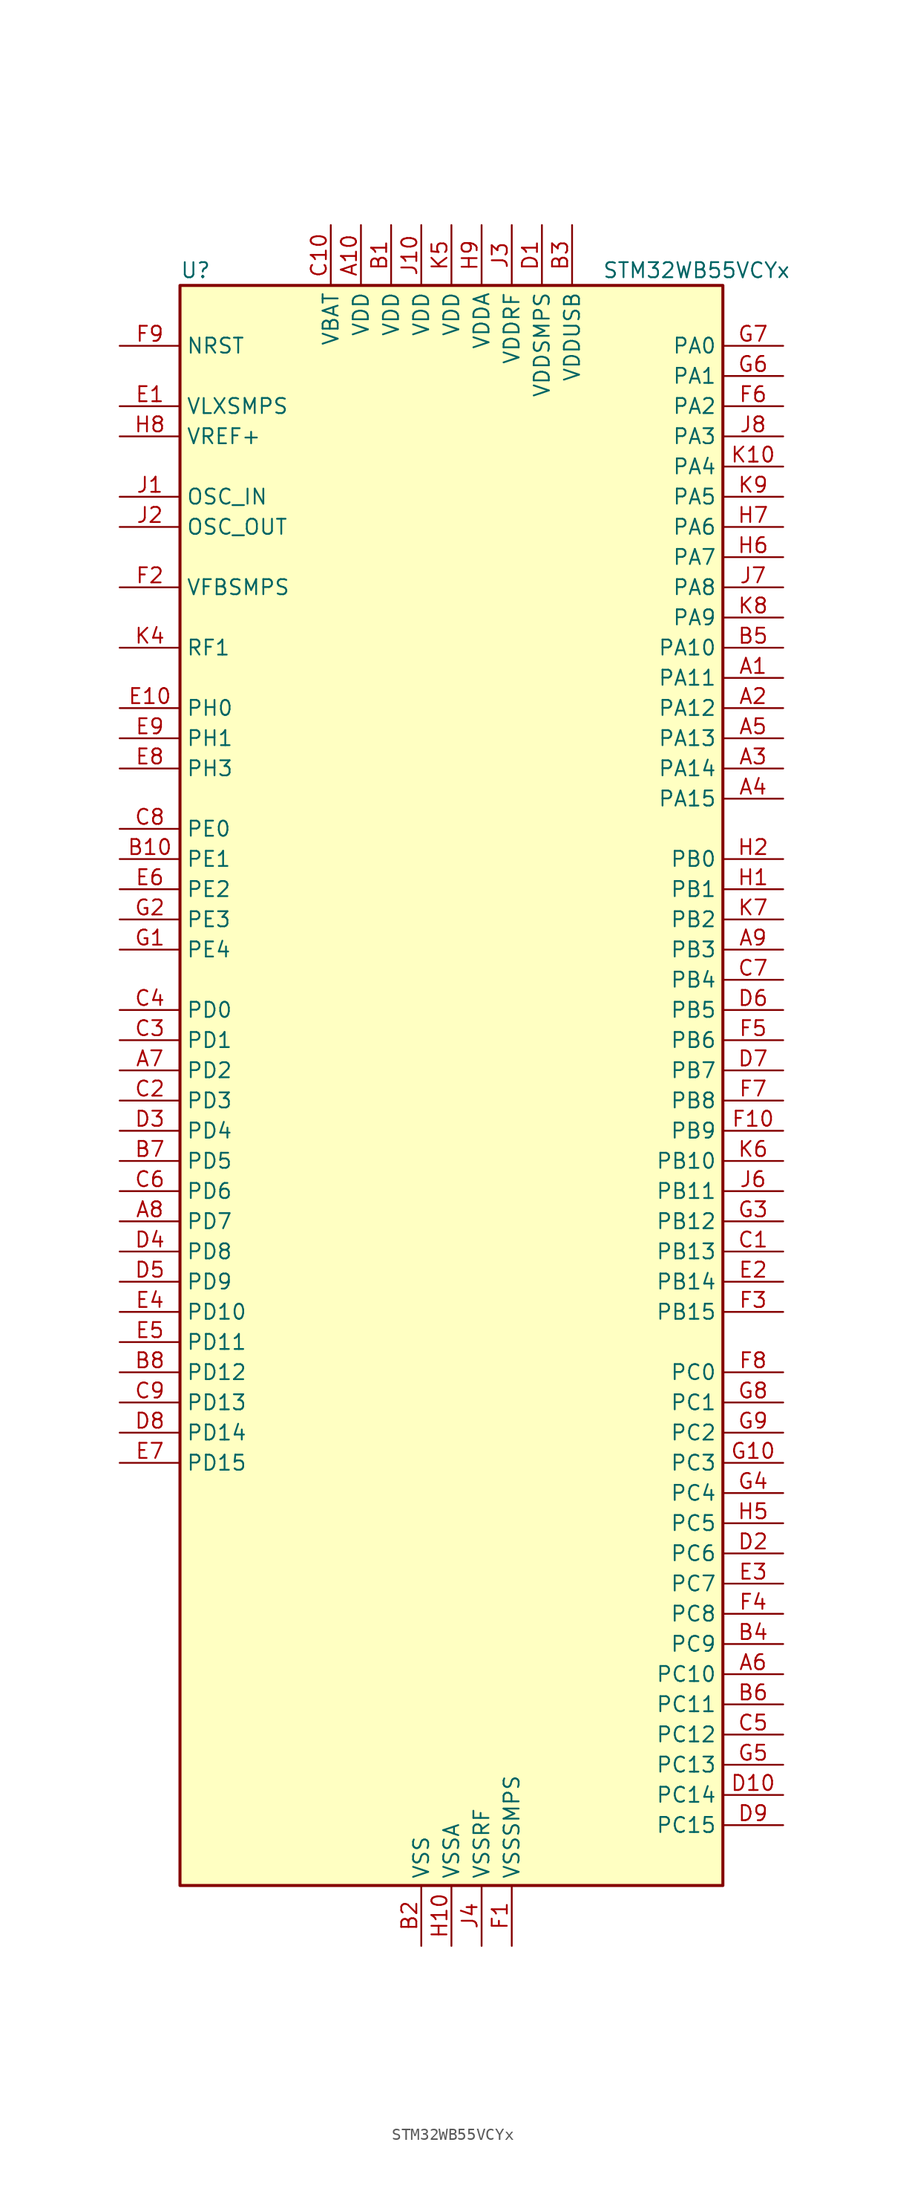
<source format=kicad_sym>
(kicad_symbol_lib
  (version 20241209)
  (generator "kicad_symbol_editor")
  (generator_version "9.0")
  (symbol "STM32WB55VCYx"
    (property "Reference" "U"
      (at -22.86 69.85 0)
      (effects (font (size 1.27 1.27)) (justify left)))
    (property "Value" "STM32WB55VCYx"
      (at 12.7 69.85 0)
      (effects (font (size 1.27 1.27)) (justify left)))
    (symbol "STM32WB55VCYx_0_1"
      (rectangle (start -22.86 -66.04) (end 22.86 68.58) (stroke (width 0.254) (type default)) (fill (type background))))
    (symbol "STM32WB55VCYx_1_1"
      (pin input line (at -27.94 63.5 0) (length 5.08) (name "NRST" (effects (font (size 1.27 1.27)))) (number "F9" (effects (font (size 1.27 1.27)))))
      (pin power_in line (at -27.94 58.42 0) (length 5.08) (name "VLXSMPS" (effects (font (size 1.27 1.27)))) (number "E1" (effects (font (size 1.27 1.27)))))
      (pin input line (at -27.94 55.88 0) (length 5.08) (name "VREF+" (effects (font (size 1.27 1.27)))) (number "H8" (effects (font (size 1.27 1.27)))) (alternate "VREFBUF_OUT" bidirectional line))
      (pin input line (at -27.94 50.8 0) (length 5.08) (name "OSC_IN" (effects (font (size 1.27 1.27)))) (number "J1" (effects (font (size 1.27 1.27)))) (alternate "RCC_OSC_IN" bidirectional line))
      (pin input line (at -27.94 48.26 0) (length 5.08) (name "OSC_OUT" (effects (font (size 1.27 1.27)))) (number "J2" (effects (font (size 1.27 1.27)))) (alternate "RCC_OSC_OUT" bidirectional line))
      (pin input line (at -27.94 43.18 0) (length 5.08) (name "VFBSMPS" (effects (font (size 1.27 1.27)))) (number "F2" (effects (font (size 1.27 1.27)))))
      (pin bidirectional line (at -27.94 38.1 0) (length 5.08) (name "RF1" (effects (font (size 1.27 1.27)))) (number "K4" (effects (font (size 1.27 1.27)))) (alternate "RF_RF1" bidirectional line))
      (pin bidirectional line (at -27.94 33.02 0) (length 5.08) (name "PH0" (effects (font (size 1.27 1.27)))) (number "E10" (effects (font (size 1.27 1.27)))))
      (pin bidirectional line (at -27.94 30.48 0) (length 5.08) (name "PH1" (effects (font (size 1.27 1.27)))) (number "E9" (effects (font (size 1.27 1.27)))))
      (pin bidirectional line (at -27.94 27.94 0) (length 5.08) (name "PH3" (effects (font (size 1.27 1.27)))) (number "E8" (effects (font (size 1.27 1.27)))) (alternate "RCC_LSCO" bidirectional line))
      (pin bidirectional line (at -27.94 22.86 0) (length 5.08) (name "PE0" (effects (font (size 1.27 1.27)))) (number "C8" (effects (font (size 1.27 1.27)))) (alternate "LCD_SEG36" bidirectional line) (alternate "TIM16_CH1" bidirectional line) (alternate "TIM1_ETR" bidirectional line) (alternate "TSC_G7_IO3" bidirectional line))
      (pin bidirectional line (at -27.94 20.32 0) (length 5.08) (name "PE1" (effects (font (size 1.27 1.27)))) (number "B10" (effects (font (size 1.27 1.27)))) (alternate "LCD_SEG37" bidirectional line) (alternate "TIM17_CH1" bidirectional line) (alternate "TSC_G7_IO2" bidirectional line))
      (pin bidirectional line (at -27.94 17.78 0) (length 5.08) (name "PE2" (effects (font (size 1.27 1.27)))) (number "E6" (effects (font (size 1.27 1.27)))) (alternate "LCD_SEG38" bidirectional line) (alternate "SAI1_CK1" bidirectional line) (alternate "SAI1_MCLK_A" bidirectional line) (alternate "SYS_TRACECLK" bidirectional line) (alternate "TSC_G7_IO1" bidirectional line))
      (pin bidirectional line (at -27.94 15.24 0) (length 5.08) (name "PE3" (effects (font (size 1.27 1.27)))) (number "G2" (effects (font (size 1.27 1.27)))))
      (pin bidirectional line (at -27.94 12.7 0) (length 5.08) (name "PE4" (effects (font (size 1.27 1.27)))) (number "G1" (effects (font (size 1.27 1.27)))))
      (pin bidirectional line (at -27.94 7.62 0) (length 5.08) (name "PD0" (effects (font (size 1.27 1.27)))) (number "C4" (effects (font (size 1.27 1.27)))) (alternate "SPI2_NSS" bidirectional line))
      (pin bidirectional line (at -27.94 5.08 0) (length 5.08) (name "PD1" (effects (font (size 1.27 1.27)))) (number "C3" (effects (font (size 1.27 1.27)))) (alternate "SPI2_SCK" bidirectional line))
      (pin bidirectional line (at -27.94 2.54 0) (length 5.08) (name "PD2" (effects (font (size 1.27 1.27)))) (number "A7" (effects (font (size 1.27 1.27)))) (alternate "LCD_COM7" bidirectional line) (alternate "LCD_SEG31" bidirectional line) (alternate "LCD_SEG43" bidirectional line) (alternate "SYS_TRACED2" bidirectional line) (alternate "TSC_SYNC" bidirectional line))
      (pin bidirectional line (at -27.94 0 0) (length 5.08) (name "PD3" (effects (font (size 1.27 1.27)))) (number "C2" (effects (font (size 1.27 1.27)))) (alternate "QUADSPI_BK1_NCS" bidirectional line) (alternate "SPI2_MISO" bidirectional line) (alternate "SPI2_SCK" bidirectional line))
      (pin bidirectional line (at -27.94 -2.54 0) (length 5.08) (name "PD4" (effects (font (size 1.27 1.27)))) (number "D3" (effects (font (size 1.27 1.27)))) (alternate "QUADSPI_BK1_IO0" bidirectional line) (alternate "SPI2_MOSI" bidirectional line) (alternate "TSC_G5_IO1" bidirectional line))
      (pin bidirectional line (at -27.94 -5.08 0) (length 5.08) (name "PD5" (effects (font (size 1.27 1.27)))) (number "B7" (effects (font (size 1.27 1.27)))) (alternate "QUADSPI_BK1_IO1" bidirectional line) (alternate "SAI1_MCLK_B" bidirectional line) (alternate "TSC_G5_IO2" bidirectional line))
      (pin bidirectional line (at -27.94 -7.62 0) (length 5.08) (name "PD6" (effects (font (size 1.27 1.27)))) (number "C6" (effects (font (size 1.27 1.27)))) (alternate "QUADSPI_BK1_IO2" bidirectional line) (alternate "SAI1_D1" bidirectional line) (alternate "SAI1_SD_A" bidirectional line) (alternate "TSC_G5_IO3" bidirectional line))
      (pin bidirectional line (at -27.94 -10.16 0) (length 5.08) (name "PD7" (effects (font (size 1.27 1.27)))) (number "A8" (effects (font (size 1.27 1.27)))) (alternate "LCD_SEG39" bidirectional line) (alternate "QUADSPI_BK1_IO3" bidirectional line) (alternate "TSC_G5_IO4" bidirectional line))
      (pin bidirectional line (at -27.94 -12.7 0) (length 5.08) (name "PD8" (effects (font (size 1.27 1.27)))) (number "D4" (effects (font (size 1.27 1.27)))) (alternate "LCD_SEG28" bidirectional line) (alternate "TIM1_BKIN2" bidirectional line))
      (pin bidirectional line (at -27.94 -15.24 0) (length 5.08) (name "PD9" (effects (font (size 1.27 1.27)))) (number "D5" (effects (font (size 1.27 1.27)))) (alternate "LCD_SEG29" bidirectional line) (alternate "SYS_TRACED0" bidirectional line))
      (pin bidirectional line (at -27.94 -17.78 0) (length 5.08) (name "PD10" (effects (font (size 1.27 1.27)))) (number "E4" (effects (font (size 1.27 1.27)))) (alternate "LCD_SEG30" bidirectional line) (alternate "SYS_TRIG_INOUT" bidirectional line) (alternate "TSC_G6_IO1" bidirectional line))
      (pin bidirectional line (at -27.94 -20.32 0) (length 5.08) (name "PD11" (effects (font (size 1.27 1.27)))) (number "E5" (effects (font (size 1.27 1.27)))) (alternate "ADC1_EXTI11" bidirectional line) (alternate "LCD_SEG31" bidirectional line) (alternate "LPTIM2_ETR" bidirectional line) (alternate "TSC_G6_IO2" bidirectional line))
      (pin bidirectional line (at -27.94 -22.86 0) (length 5.08) (name "PD12" (effects (font (size 1.27 1.27)))) (number "B8" (effects (font (size 1.27 1.27)))) (alternate "LCD_SEG32" bidirectional line) (alternate "LPTIM2_IN1" bidirectional line) (alternate "TSC_G6_IO3" bidirectional line))
      (pin bidirectional line (at -27.94 -25.4 0) (length 5.08) (name "PD13" (effects (font (size 1.27 1.27)))) (number "C9" (effects (font (size 1.27 1.27)))) (alternate "LCD_SEG33" bidirectional line) (alternate "LPTIM2_OUT" bidirectional line) (alternate "TSC_G6_IO4" bidirectional line))
      (pin bidirectional line (at -27.94 -27.94 0) (length 5.08) (name "PD14" (effects (font (size 1.27 1.27)))) (number "D8" (effects (font (size 1.27 1.27)))) (alternate "LCD_SEG34" bidirectional line) (alternate "TIM1_CH1" bidirectional line))
      (pin bidirectional line (at -27.94 -30.48 0) (length 5.08) (name "PD15" (effects (font (size 1.27 1.27)))) (number "E7" (effects (font (size 1.27 1.27)))) (alternate "ADC1_EXTI15" bidirectional line) (alternate "LCD_SEG35" bidirectional line) (alternate "TIM1_CH2" bidirectional line))
      (pin no_connect line (at -22.86 -63.5 0) (length 5.08) (hide yes) (name "AT1" (effects (font (size 1.27 1.27)))) (number "H4" (effects (font (size 1.27 1.27)))))
      (pin no_connect line (at -22.86 -66.04 0) (length 5.08) (hide yes) (name "AT0" (effects (font (size 1.27 1.27)))) (number "H3" (effects (font (size 1.27 1.27)))))
      (pin power_in line (at -10.16 73.66 270) (length 5.08) (name "VBAT" (effects (font (size 1.27 1.27)))) (number "C10" (effects (font (size 1.27 1.27)))))
      (pin power_in line (at -7.62 73.66 270) (length 5.08) (name "VDD" (effects (font (size 1.27 1.27)))) (number "A10" (effects (font (size 1.27 1.27)))))
      (pin power_in line (at -5.08 73.66 270) (length 5.08) (name "VDD" (effects (font (size 1.27 1.27)))) (number "B1" (effects (font (size 1.27 1.27)))))
      (pin power_in line (at -2.54 73.66 270) (length 5.08) (name "VDD" (effects (font (size 1.27 1.27)))) (number "J10" (effects (font (size 1.27 1.27)))))
      (pin power_in line (at -2.54 -71.12 90) (length 5.08) (name "VSS" (effects (font (size 1.27 1.27)))) (number "B2" (effects (font (size 1.27 1.27)))))
      (pin passive line (at -2.54 -71.12 90) (length 5.08) (hide yes) (name "VSS" (effects (font (size 1.27 1.27)))) (number "B9" (effects (font (size 1.27 1.27)))))
      (pin passive line (at -2.54 -71.12 90) (length 5.08) (hide yes) (name "VSS" (effects (font (size 1.27 1.27)))) (number "J5" (effects (font (size 1.27 1.27)))))
      (pin passive line (at -2.54 -71.12 90) (length 5.08) (hide yes) (name "VSS" (effects (font (size 1.27 1.27)))) (number "J9" (effects (font (size 1.27 1.27)))))
      (pin power_in line (at 0 73.66 270) (length 5.08) (name "VDD" (effects (font (size 1.27 1.27)))) (number "K5" (effects (font (size 1.27 1.27)))))
      (pin power_in line (at 0 -71.12 90) (length 5.08) (name "VSSA" (effects (font (size 1.27 1.27)))) (number "H10" (effects (font (size 1.27 1.27)))))
      (pin power_in line (at 2.54 73.66 270) (length 5.08) (name "VDDA" (effects (font (size 1.27 1.27)))) (number "H9" (effects (font (size 1.27 1.27)))))
      (pin power_in line (at 2.54 -71.12 90) (length 5.08) (name "VSSRF" (effects (font (size 1.27 1.27)))) (number "J4" (effects (font (size 1.27 1.27)))))
      (pin passive line (at 2.54 -71.12 90) (length 5.08) (hide yes) (name "VSSRF" (effects (font (size 1.27 1.27)))) (number "K1" (effects (font (size 1.27 1.27)))))
      (pin passive line (at 2.54 -71.12 90) (length 5.08) (hide yes) (name "VSSRF" (effects (font (size 1.27 1.27)))) (number "K2" (effects (font (size 1.27 1.27)))))
      (pin passive line (at 2.54 -71.12 90) (length 5.08) (hide yes) (name "VSSRF" (effects (font (size 1.27 1.27)))) (number "K3" (effects (font (size 1.27 1.27)))))
      (pin power_in line (at 5.08 73.66 270) (length 5.08) (name "VDDRF" (effects (font (size 1.27 1.27)))) (number "J3" (effects (font (size 1.27 1.27)))))
      (pin power_in line (at 5.08 -71.12 90) (length 5.08) (name "VSSSMPS" (effects (font (size 1.27 1.27)))) (number "F1" (effects (font (size 1.27 1.27)))))
      (pin power_in line (at 7.62 73.66 270) (length 5.08) (name "VDDSMPS" (effects (font (size 1.27 1.27)))) (number "D1" (effects (font (size 1.27 1.27)))))
      (pin power_in line (at 10.16 73.66 270) (length 5.08) (name "VDDUSB" (effects (font (size 1.27 1.27)))) (number "B3" (effects (font (size 1.27 1.27)))))
      (pin bidirectional line (at 27.94 63.5 180) (length 5.08) (name "PA0" (effects (font (size 1.27 1.27)))) (number "G7" (effects (font (size 1.27 1.27)))) (alternate "ADC1_IN5" bidirectional line) (alternate "COMP1_INM" bidirectional line) (alternate "COMP1_OUT" bidirectional line) (alternate "RTC_TAMP2" bidirectional line) (alternate "SAI1_EXTCLK" bidirectional line) (alternate "SYS_WKUP1" bidirectional line) (alternate "TIM2_CH1" bidirectional line) (alternate "TIM2_ETR" bidirectional line))
      (pin bidirectional line (at 27.94 60.96 180) (length 5.08) (name "PA1" (effects (font (size 1.27 1.27)))) (number "G6" (effects (font (size 1.27 1.27)))) (alternate "ADC1_IN6" bidirectional line) (alternate "COMP1_INP" bidirectional line) (alternate "I2C1_SMBA" bidirectional line) (alternate "LCD_SEG0" bidirectional line) (alternate "SPI1_SCK" bidirectional line) (alternate "TIM2_CH2" bidirectional line))
      (pin bidirectional line (at 27.94 58.42 180) (length 5.08) (name "PA2" (effects (font (size 1.27 1.27)))) (number "F6" (effects (font (size 1.27 1.27)))) (alternate "ADC1_IN7" bidirectional line) (alternate "COMP2_INM" bidirectional line) (alternate "COMP2_OUT" bidirectional line) (alternate "LCD_SEG1" bidirectional line) (alternate "LPUART1_TX" bidirectional line) (alternate "QUADSPI_BK1_NCS" bidirectional line) (alternate "RCC_LSCO" bidirectional line) (alternate "SYS_WKUP4" bidirectional line) (alternate "TIM2_CH3" bidirectional line))
      (pin bidirectional line (at 27.94 55.88 180) (length 5.08) (name "PA3" (effects (font (size 1.27 1.27)))) (number "J8" (effects (font (size 1.27 1.27)))) (alternate "ADC1_IN8" bidirectional line) (alternate "COMP2_INP" bidirectional line) (alternate "LCD_SEG2" bidirectional line) (alternate "LPUART1_RX" bidirectional line) (alternate "QUADSPI_CLK" bidirectional line) (alternate "SAI1_CK1" bidirectional line) (alternate "SAI1_MCLK_A" bidirectional line) (alternate "TIM2_CH4" bidirectional line))
      (pin bidirectional line (at 27.94 53.34 180) (length 5.08) (name "PA4" (effects (font (size 1.27 1.27)))) (number "K10" (effects (font (size 1.27 1.27)))) (alternate "ADC1_IN9" bidirectional line) (alternate "COMP1_INM" bidirectional line) (alternate "COMP2_INM" bidirectional line) (alternate "LCD_SEG5" bidirectional line) (alternate "LPTIM2_OUT" bidirectional line) (alternate "SAI1_FS_B" bidirectional line) (alternate "SPI1_NSS" bidirectional line))
      (pin bidirectional line (at 27.94 50.8 180) (length 5.08) (name "PA5" (effects (font (size 1.27 1.27)))) (number "K9" (effects (font (size 1.27 1.27)))) (alternate "ADC1_IN10" bidirectional line) (alternate "COMP1_INM" bidirectional line) (alternate "COMP2_INM" bidirectional line) (alternate "LPTIM2_ETR" bidirectional line) (alternate "SAI1_SD_B" bidirectional line) (alternate "SPI1_SCK" bidirectional line) (alternate "TIM2_CH1" bidirectional line) (alternate "TIM2_ETR" bidirectional line))
      (pin bidirectional line (at 27.94 48.26 180) (length 5.08) (name "PA6" (effects (font (size 1.27 1.27)))) (number "H7" (effects (font (size 1.27 1.27)))) (alternate "ADC1_IN11" bidirectional line) (alternate "LCD_SEG3" bidirectional line) (alternate "LPUART1_CTS" bidirectional line) (alternate "QUADSPI_BK1_IO3" bidirectional line) (alternate "SPI1_MISO" bidirectional line) (alternate "TIM16_CH1" bidirectional line) (alternate "TIM1_BKIN" bidirectional line))
      (pin bidirectional line (at 27.94 45.72 180) (length 5.08) (name "PA7" (effects (font (size 1.27 1.27)))) (number "H6" (effects (font (size 1.27 1.27)))) (alternate "ADC1_IN12" bidirectional line) (alternate "COMP2_OUT" bidirectional line) (alternate "I2C3_SCL" bidirectional line) (alternate "LCD_SEG4" bidirectional line) (alternate "QUADSPI_BK1_IO2" bidirectional line) (alternate "SPI1_MOSI" bidirectional line) (alternate "TIM17_CH1" bidirectional line) (alternate "TIM1_CH1N" bidirectional line))
      (pin bidirectional line (at 27.94 43.18 180) (length 5.08) (name "PA8" (effects (font (size 1.27 1.27)))) (number "J7" (effects (font (size 1.27 1.27)))) (alternate "ADC1_IN15" bidirectional line) (alternate "LCD_COM0" bidirectional line) (alternate "LPTIM2_OUT" bidirectional line) (alternate "RCC_MCO" bidirectional line) (alternate "SAI1_CK2" bidirectional line) (alternate "SAI1_SCK_A" bidirectional line) (alternate "TIM1_CH1" bidirectional line) (alternate "USART1_CK" bidirectional line))
      (pin bidirectional line (at 27.94 40.64 180) (length 5.08) (name "PA9" (effects (font (size 1.27 1.27)))) (number "K8" (effects (font (size 1.27 1.27)))) (alternate "ADC1_IN16" bidirectional line) (alternate "COMP1_INM" bidirectional line) (alternate "I2C1_SCL" bidirectional line) (alternate "LCD_COM1" bidirectional line) (alternate "SAI1_D2" bidirectional line) (alternate "SAI1_FS_A" bidirectional line) (alternate "SPI2_SCK" bidirectional line) (alternate "TIM1_CH2" bidirectional line) (alternate "USART1_TX" bidirectional line))
      (pin bidirectional line (at 27.94 38.1 180) (length 5.08) (name "PA10" (effects (font (size 1.27 1.27)))) (number "B5" (effects (font (size 1.27 1.27)))) (alternate "CRS_SYNC" bidirectional line) (alternate "I2C1_SDA" bidirectional line) (alternate "LCD_COM2" bidirectional line) (alternate "SAI1_D1" bidirectional line) (alternate "SAI1_SD_A" bidirectional line) (alternate "TIM17_BKIN" bidirectional line) (alternate "TIM1_CH3" bidirectional line) (alternate "USART1_RX" bidirectional line))
      (pin bidirectional line (at 27.94 35.56 180) (length 5.08) (name "PA11" (effects (font (size 1.27 1.27)))) (number "A1" (effects (font (size 1.27 1.27)))) (alternate "ADC1_EXTI11" bidirectional line) (alternate "SPI1_MISO" bidirectional line) (alternate "TIM1_BKIN2" bidirectional line) (alternate "TIM1_CH4" bidirectional line) (alternate "USART1_CTS" bidirectional line) (alternate "USART1_NSS" bidirectional line) (alternate "USB_DM" bidirectional line))
      (pin bidirectional line (at 27.94 33.02 180) (length 5.08) (name "PA12" (effects (font (size 1.27 1.27)))) (number "A2" (effects (font (size 1.27 1.27)))) (alternate "LPUART1_RX" bidirectional line) (alternate "SPI1_MOSI" bidirectional line) (alternate "TIM1_ETR" bidirectional line) (alternate "USART1_DE" bidirectional line) (alternate "USART1_RTS" bidirectional line) (alternate "USB_DP" bidirectional line))
      (pin bidirectional line (at 27.94 30.48 180) (length 5.08) (name "PA13" (effects (font (size 1.27 1.27)))) (number "A5" (effects (font (size 1.27 1.27)))) (alternate "IR_OUT" bidirectional line) (alternate "SAI1_SD_B" bidirectional line) (alternate "SYS_JTMS-SWDIO" bidirectional line) (alternate "USB_NOE" bidirectional line))
      (pin bidirectional line (at 27.94 27.94 180) (length 5.08) (name "PA14" (effects (font (size 1.27 1.27)))) (number "A3" (effects (font (size 1.27 1.27)))) (alternate "I2C1_SMBA" bidirectional line) (alternate "LCD_SEG5" bidirectional line) (alternate "LPTIM1_OUT" bidirectional line) (alternate "SAI1_FS_B" bidirectional line) (alternate "SYS_JTCK-SWCLK" bidirectional line))
      (pin bidirectional line (at 27.94 25.4 180) (length 5.08) (name "PA15" (effects (font (size 1.27 1.27)))) (number "A4" (effects (font (size 1.27 1.27)))) (alternate "ADC1_EXTI15" bidirectional line) (alternate "LCD_SEG17" bidirectional line) (alternate "RCC_MCO" bidirectional line) (alternate "SPI1_NSS" bidirectional line) (alternate "SYS_JTDI" bidirectional line) (alternate "TIM2_CH1" bidirectional line) (alternate "TIM2_ETR" bidirectional line) (alternate "TSC_G3_IO1" bidirectional line))
      (pin bidirectional line (at 27.94 20.32 180) (length 5.08) (name "PB0" (effects (font (size 1.27 1.27)))) (number "H2" (effects (font (size 1.27 1.27)))) (alternate "COMP1_OUT" bidirectional line) (alternate "RF_TX_MOD_EXT_PA" bidirectional line))
      (pin bidirectional line (at 27.94 17.78 180) (length 5.08) (name "PB1" (effects (font (size 1.27 1.27)))) (number "H1" (effects (font (size 1.27 1.27)))) (alternate "LPTIM2_IN1" bidirectional line) (alternate "LPUART1_DE" bidirectional line) (alternate "LPUART1_RTS" bidirectional line))
      (pin bidirectional line (at 27.94 15.24 180) (length 5.08) (name "PB2" (effects (font (size 1.27 1.27)))) (number "K7" (effects (font (size 1.27 1.27)))) (alternate "COMP1_INP" bidirectional line) (alternate "I2C3_SMBA" bidirectional line) (alternate "LCD_VLCD" bidirectional line) (alternate "LPTIM1_OUT" bidirectional line) (alternate "RTC_OUT2" bidirectional line) (alternate "SAI1_EXTCLK" bidirectional line) (alternate "SPI1_NSS" bidirectional line))
      (pin bidirectional line (at 27.94 12.7 180) (length 5.08) (name "PB3" (effects (font (size 1.27 1.27)))) (number "A9" (effects (font (size 1.27 1.27)))) (alternate "COMP2_INM" bidirectional line) (alternate "LCD_SEG7" bidirectional line) (alternate "SAI1_SCK_B" bidirectional line) (alternate "SPI1_SCK" bidirectional line) (alternate "SYS_JTDO-SWO" bidirectional line) (alternate "TIM2_CH2" bidirectional line) (alternate "USART1_DE" bidirectional line) (alternate "USART1_RTS" bidirectional line))
      (pin bidirectional line (at 27.94 10.16 180) (length 5.08) (name "PB4" (effects (font (size 1.27 1.27)))) (number "C7" (effects (font (size 1.27 1.27)))) (alternate "COMP2_INP" bidirectional line) (alternate "I2C3_SDA" bidirectional line) (alternate "LCD_SEG8" bidirectional line) (alternate "SAI1_MCLK_B" bidirectional line) (alternate "SPI1_MISO" bidirectional line) (alternate "SYS_JTRST" bidirectional line) (alternate "TIM17_BKIN" bidirectional line) (alternate "TSC_G2_IO1" bidirectional line) (alternate "USART1_CTS" bidirectional line) (alternate "USART1_NSS" bidirectional line))
      (pin bidirectional line (at 27.94 7.62 180) (length 5.08) (name "PB5" (effects (font (size 1.27 1.27)))) (number "D6" (effects (font (size 1.27 1.27)))) (alternate "COMP2_OUT" bidirectional line) (alternate "I2C1_SMBA" bidirectional line) (alternate "LCD_SEG9" bidirectional line) (alternate "LPTIM1_IN1" bidirectional line) (alternate "LPUART1_TX" bidirectional line) (alternate "SAI1_SD_B" bidirectional line) (alternate "SPI1_MOSI" bidirectional line) (alternate "TIM16_BKIN" bidirectional line) (alternate "TSC_G2_IO2" bidirectional line) (alternate "USART1_CK" bidirectional line))
      (pin bidirectional line (at 27.94 5.08 180) (length 5.08) (name "PB6" (effects (font (size 1.27 1.27)))) (number "F5" (effects (font (size 1.27 1.27)))) (alternate "COMP2_INP" bidirectional line) (alternate "I2C1_SCL" bidirectional line) (alternate "LCD_SEG6" bidirectional line) (alternate "LPTIM1_ETR" bidirectional line) (alternate "RCC_MCO" bidirectional line) (alternate "SAI1_FS_B" bidirectional line) (alternate "TIM16_CH1N" bidirectional line) (alternate "TSC_G2_IO3" bidirectional line) (alternate "USART1_TX" bidirectional line))
      (pin bidirectional line (at 27.94 2.54 180) (length 5.08) (name "PB7" (effects (font (size 1.27 1.27)))) (number "D7" (effects (font (size 1.27 1.27)))) (alternate "COMP2_INM" bidirectional line) (alternate "I2C1_SDA" bidirectional line) (alternate "LCD_SEG21" bidirectional line) (alternate "LPTIM1_IN2" bidirectional line) (alternate "SYS_PVD_IN" bidirectional line) (alternate "TIM17_CH1N" bidirectional line) (alternate "TIM1_BKIN" bidirectional line) (alternate "TSC_G2_IO4" bidirectional line) (alternate "USART1_RX" bidirectional line))
      (pin bidirectional line (at 27.94 0 180) (length 5.08) (name "PB8" (effects (font (size 1.27 1.27)))) (number "F7" (effects (font (size 1.27 1.27)))) (alternate "I2C1_SCL" bidirectional line) (alternate "LCD_SEG16" bidirectional line) (alternate "QUADSPI_BK1_IO1" bidirectional line) (alternate "SAI1_CK1" bidirectional line) (alternate "SAI1_MCLK_A" bidirectional line) (alternate "TIM16_CH1" bidirectional line) (alternate "TIM1_CH2N" bidirectional line))
      (pin bidirectional line (at 27.94 -2.54 180) (length 5.08) (name "PB9" (effects (font (size 1.27 1.27)))) (number "F10" (effects (font (size 1.27 1.27)))) (alternate "I2C1_SDA" bidirectional line) (alternate "IR_OUT" bidirectional line) (alternate "LCD_COM3" bidirectional line) (alternate "QUADSPI_BK1_IO0" bidirectional line) (alternate "SAI1_D2" bidirectional line) (alternate "SAI1_FS_A" bidirectional line) (alternate "SPI2_NSS" bidirectional line) (alternate "TIM17_CH1" bidirectional line) (alternate "TIM1_CH3N" bidirectional line) (alternate "TSC_G7_IO4" bidirectional line))
      (pin bidirectional line (at 27.94 -5.08 180) (length 5.08) (name "PB10" (effects (font (size 1.27 1.27)))) (number "K6" (effects (font (size 1.27 1.27)))) (alternate "COMP1_OUT" bidirectional line) (alternate "I2C3_SCL" bidirectional line) (alternate "LCD_SEG10" bidirectional line) (alternate "LPUART1_RX" bidirectional line) (alternate "QUADSPI_CLK" bidirectional line) (alternate "SAI1_SCK_A" bidirectional line) (alternate "SPI2_SCK" bidirectional line) (alternate "TIM2_CH3" bidirectional line) (alternate "TSC_SYNC" bidirectional line))
      (pin bidirectional line (at 27.94 -7.62 180) (length 5.08) (name "PB11" (effects (font (size 1.27 1.27)))) (number "J6" (effects (font (size 1.27 1.27)))) (alternate "ADC1_EXTI11" bidirectional line) (alternate "COMP2_OUT" bidirectional line) (alternate "I2C3_SDA" bidirectional line) (alternate "LCD_SEG11" bidirectional line) (alternate "LPUART1_TX" bidirectional line) (alternate "QUADSPI_BK1_NCS" bidirectional line) (alternate "TIM2_CH4" bidirectional line))
      (pin bidirectional line (at 27.94 -10.16 180) (length 5.08) (name "PB12" (effects (font (size 1.27 1.27)))) (number "G3" (effects (font (size 1.27 1.27)))) (alternate "I2C3_SMBA" bidirectional line) (alternate "LCD_SEG12" bidirectional line) (alternate "LPUART1_DE" bidirectional line) (alternate "LPUART1_RTS" bidirectional line) (alternate "SAI1_FS_A" bidirectional line) (alternate "SPI2_NSS" bidirectional line) (alternate "TIM1_BKIN" bidirectional line) (alternate "TSC_G1_IO1" bidirectional line))
      (pin bidirectional line (at 27.94 -12.7 180) (length 5.08) (name "PB13" (effects (font (size 1.27 1.27)))) (number "C1" (effects (font (size 1.27 1.27)))) (alternate "I2C3_SCL" bidirectional line) (alternate "LCD_SEG13" bidirectional line) (alternate "LPUART1_CTS" bidirectional line) (alternate "SAI1_SCK_A" bidirectional line) (alternate "SPI2_SCK" bidirectional line) (alternate "TIM1_CH1N" bidirectional line) (alternate "TSC_G1_IO2" bidirectional line))
      (pin bidirectional line (at 27.94 -15.24 180) (length 5.08) (name "PB14" (effects (font (size 1.27 1.27)))) (number "E2" (effects (font (size 1.27 1.27)))) (alternate "I2C3_SDA" bidirectional line) (alternate "LCD_SEG14" bidirectional line) (alternate "SAI1_MCLK_A" bidirectional line) (alternate "SPI2_MISO" bidirectional line) (alternate "TIM1_CH2N" bidirectional line) (alternate "TSC_G1_IO3" bidirectional line))
      (pin bidirectional line (at 27.94 -17.78 180) (length 5.08) (name "PB15" (effects (font (size 1.27 1.27)))) (number "F3" (effects (font (size 1.27 1.27)))) (alternate "ADC1_EXTI15" bidirectional line) (alternate "LCD_SEG15" bidirectional line) (alternate "RTC_REFIN" bidirectional line) (alternate "SAI1_SD_A" bidirectional line) (alternate "SPI2_MOSI" bidirectional line) (alternate "TIM1_CH3N" bidirectional line) (alternate "TSC_G1_IO4" bidirectional line))
      (pin bidirectional line (at 27.94 -22.86 180) (length 5.08) (name "PC0" (effects (font (size 1.27 1.27)))) (number "F8" (effects (font (size 1.27 1.27)))) (alternate "ADC1_IN1" bidirectional line) (alternate "I2C3_SCL" bidirectional line) (alternate "LCD_SEG18" bidirectional line) (alternate "LPTIM1_IN1" bidirectional line) (alternate "LPTIM2_IN1" bidirectional line) (alternate "LPUART1_RX" bidirectional line))
      (pin bidirectional line (at 27.94 -25.4 180) (length 5.08) (name "PC1" (effects (font (size 1.27 1.27)))) (number "G8" (effects (font (size 1.27 1.27)))) (alternate "ADC1_IN2" bidirectional line) (alternate "I2C3_SDA" bidirectional line) (alternate "LCD_SEG19" bidirectional line) (alternate "LPTIM1_OUT" bidirectional line) (alternate "LPUART1_TX" bidirectional line) (alternate "SPI2_MOSI" bidirectional line))
      (pin bidirectional line (at 27.94 -27.94 180) (length 5.08) (name "PC2" (effects (font (size 1.27 1.27)))) (number "G9" (effects (font (size 1.27 1.27)))) (alternate "ADC1_IN3" bidirectional line) (alternate "LCD_SEG20" bidirectional line) (alternate "LPTIM1_IN2" bidirectional line) (alternate "SPI2_MISO" bidirectional line))
      (pin bidirectional line (at 27.94 -30.48 180) (length 5.08) (name "PC3" (effects (font (size 1.27 1.27)))) (number "G10" (effects (font (size 1.27 1.27)))) (alternate "ADC1_IN4" bidirectional line) (alternate "LCD_VLCD" bidirectional line) (alternate "LPTIM1_ETR" bidirectional line) (alternate "LPTIM2_ETR" bidirectional line) (alternate "SAI1_D1" bidirectional line) (alternate "SAI1_SD_A" bidirectional line) (alternate "SPI2_MOSI" bidirectional line))
      (pin bidirectional line (at 27.94 -33.02 180) (length 5.08) (name "PC4" (effects (font (size 1.27 1.27)))) (number "G4" (effects (font (size 1.27 1.27)))) (alternate "ADC1_IN13" bidirectional line) (alternate "COMP1_INM" bidirectional line) (alternate "LCD_SEG22" bidirectional line))
      (pin bidirectional line (at 27.94 -35.56 180) (length 5.08) (name "PC5" (effects (font (size 1.27 1.27)))) (number "H5" (effects (font (size 1.27 1.27)))) (alternate "ADC1_IN14" bidirectional line) (alternate "COMP1_INP" bidirectional line) (alternate "LCD_SEG23" bidirectional line) (alternate "SAI1_D3" bidirectional line) (alternate "SYS_WKUP5" bidirectional line))
      (pin bidirectional line (at 27.94 -38.1 180) (length 5.08) (name "PC6" (effects (font (size 1.27 1.27)))) (number "D2" (effects (font (size 1.27 1.27)))) (alternate "LCD_SEG24" bidirectional line) (alternate "TSC_G4_IO1" bidirectional line))
      (pin bidirectional line (at 27.94 -40.64 180) (length 5.08) (name "PC7" (effects (font (size 1.27 1.27)))) (number "E3" (effects (font (size 1.27 1.27)))) (alternate "LCD_SEG25" bidirectional line) (alternate "TSC_G4_IO2" bidirectional line))
      (pin bidirectional line (at 27.94 -43.18 180) (length 5.08) (name "PC8" (effects (font (size 1.27 1.27)))) (number "F4" (effects (font (size 1.27 1.27)))) (alternate "LCD_SEG26" bidirectional line) (alternate "TSC_G4_IO3" bidirectional line))
      (pin bidirectional line (at 27.94 -45.72 180) (length 5.08) (name "PC9" (effects (font (size 1.27 1.27)))) (number "B4" (effects (font (size 1.27 1.27)))) (alternate "LCD_SEG27" bidirectional line) (alternate "SAI1_SCK_B" bidirectional line) (alternate "TIM1_BKIN" bidirectional line) (alternate "TSC_G4_IO4" bidirectional line) (alternate "USB_NOE" bidirectional line))
      (pin bidirectional line (at 27.94 -48.26 180) (length 5.08) (name "PC10" (effects (font (size 1.27 1.27)))) (number "A6" (effects (font (size 1.27 1.27)))) (alternate "LCD_COM4" bidirectional line) (alternate "LCD_SEG28" bidirectional line) (alternate "LCD_SEG40" bidirectional line) (alternate "SYS_TRACED1" bidirectional line) (alternate "TSC_G3_IO2" bidirectional line))
      (pin bidirectional line (at 27.94 -50.8 180) (length 5.08) (name "PC11" (effects (font (size 1.27 1.27)))) (number "B6" (effects (font (size 1.27 1.27)))) (alternate "ADC1_EXTI11" bidirectional line) (alternate "LCD_COM5" bidirectional line) (alternate "LCD_SEG29" bidirectional line) (alternate "LCD_SEG41" bidirectional line) (alternate "TSC_G3_IO3" bidirectional line))
      (pin bidirectional line (at 27.94 -53.34 180) (length 5.08) (name "PC12" (effects (font (size 1.27 1.27)))) (number "C5" (effects (font (size 1.27 1.27)))) (alternate "LCD_COM6" bidirectional line) (alternate "LCD_SEG30" bidirectional line) (alternate "LCD_SEG42" bidirectional line) (alternate "RCC_LSCO" bidirectional line) (alternate "RTC_TAMP3" bidirectional line) (alternate "SYS_TRACED3" bidirectional line) (alternate "SYS_WKUP3" bidirectional line) (alternate "TSC_G3_IO4" bidirectional line))
      (pin bidirectional line (at 27.94 -55.88 180) (length 5.08) (name "PC13" (effects (font (size 1.27 1.27)))) (number "G5" (effects (font (size 1.27 1.27)))) (alternate "RTC_OUT1" bidirectional line) (alternate "RTC_TAMP1" bidirectional line) (alternate "RTC_TS" bidirectional line) (alternate "SYS_WKUP2" bidirectional line))
      (pin bidirectional line (at 27.94 -58.42 180) (length 5.08) (name "PC14" (effects (font (size 1.27 1.27)))) (number "D10" (effects (font (size 1.27 1.27)))) (alternate "RCC_OSC32_IN" bidirectional line))
      (pin bidirectional line (at 27.94 -60.96 180) (length 5.08) (name "PC15" (effects (font (size 1.27 1.27)))) (number "D9" (effects (font (size 1.27 1.27)))) (alternate "ADC1_EXTI15" bidirectional line) (alternate "RCC_OSC32_OUT" bidirectional line)))))
</source>
